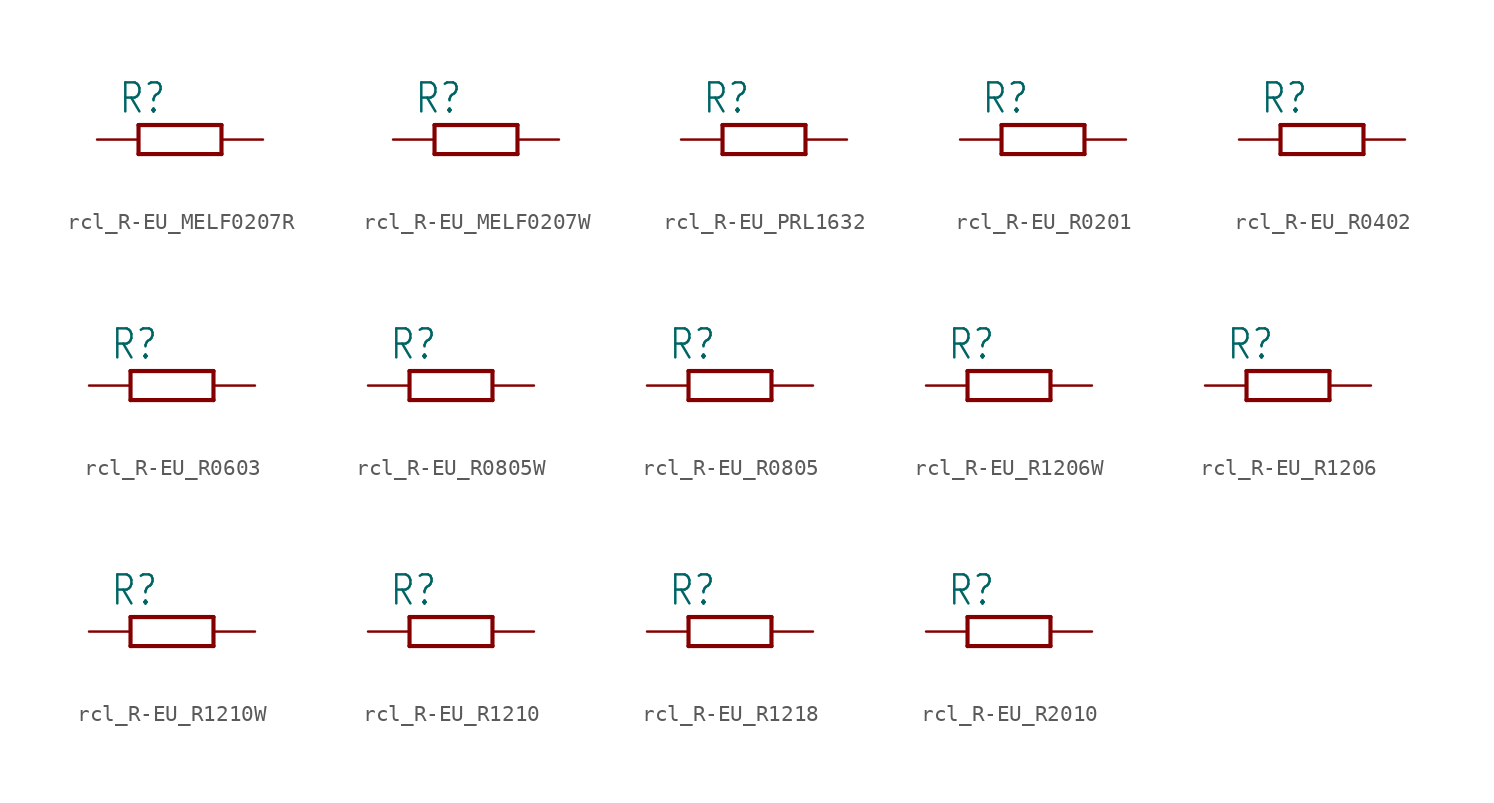
<source format=kicad_sym>
(kicad_symbol_lib
  (version 20241209)
  (generator "kicad_symbol_editor")
  (generator_version "9.0")
  (symbol "rcl_R-EU_MELF0207R"
    (property "Reference" "R"
      (at -3.81 1.499 0)
      (effects (font (size 1.778 1.511)) (justify left bottom)))
    (property "Value" ""
      (at -3.81 -3.302 0)
      (effects (font (size 1.778 1.511)) (justify left bottom)))
    (property "ki_locked" ""
      (at 0 0 0)
      (effects (font (size 1.27 1.27))))
    (symbol "rcl_R-EU_MELF0207R_1_0"
      (polyline (pts (xy -2.54 -0.889) (xy -2.54 0.889)) (stroke (width 0.254) (type solid)) (fill (type none)))
      (polyline (pts (xy -2.54 -0.889) (xy 2.54 -0.889)) (stroke (width 0.254) (type solid)) (fill (type none)))
      (polyline (pts (xy 2.54 0.889) (xy -2.54 0.889)) (stroke (width 0.254) (type solid)) (fill (type none)))
      (polyline (pts (xy 2.54 -0.889) (xy 2.54 0.889)) (stroke (width 0.254) (type solid)) (fill (type none)))
      (pin passive line (at -5.08 0 0) (length 2.54) (name "1" (effects (font (size 0 0)))) (number "1" (effects (font (size 0 0)))))
      (pin passive line (at 5.08 0 180) (length 2.54) (name "2" (effects (font (size 0 0)))) (number "2" (effects (font (size 0 0)))))))
  (symbol "rcl_R-EU_MELF0207W"
    (property "Reference" "R"
      (at -3.81 1.499 0)
      (effects (font (size 1.778 1.511)) (justify left bottom)))
    (property "Value" ""
      (at -3.81 -3.302 0)
      (effects (font (size 1.778 1.511)) (justify left bottom)))
    (property "ki_locked" ""
      (at 0 0 0)
      (effects (font (size 1.27 1.27))))
    (symbol "rcl_R-EU_MELF0207W_1_0"
      (polyline (pts (xy -2.54 -0.889) (xy -2.54 0.889)) (stroke (width 0.254) (type solid)) (fill (type none)))
      (polyline (pts (xy -2.54 -0.889) (xy 2.54 -0.889)) (stroke (width 0.254) (type solid)) (fill (type none)))
      (polyline (pts (xy 2.54 0.889) (xy -2.54 0.889)) (stroke (width 0.254) (type solid)) (fill (type none)))
      (polyline (pts (xy 2.54 -0.889) (xy 2.54 0.889)) (stroke (width 0.254) (type solid)) (fill (type none)))
      (pin passive line (at -5.08 0 0) (length 2.54) (name "1" (effects (font (size 0 0)))) (number "1" (effects (font (size 0 0)))))
      (pin passive line (at 5.08 0 180) (length 2.54) (name "2" (effects (font (size 0 0)))) (number "2" (effects (font (size 0 0)))))))
  (symbol "rcl_R-EU_PRL1632"
    (property "Reference" "R"
      (at -3.81 1.499 0)
      (effects (font (size 1.778 1.511)) (justify left bottom)))
    (property "Value" ""
      (at -3.81 -3.302 0)
      (effects (font (size 1.778 1.511)) (justify left bottom)))
    (symbol "rcl_R-EU_PRL1632_1_0"
      (polyline (pts (xy -2.54 -0.889) (xy -2.54 0.889)) (stroke (width 0.254) (type solid)) (fill (type none)))
      (polyline (pts (xy -2.54 -0.889) (xy 2.54 -0.889)) (stroke (width 0.254) (type solid)) (fill (type none)))
      (polyline (pts (xy 2.54 0.889) (xy -2.54 0.889)) (stroke (width 0.254) (type solid)) (fill (type none)))
      (polyline (pts (xy 2.54 -0.889) (xy 2.54 0.889)) (stroke (width 0.254) (type solid)) (fill (type none)))
      (pin passive line (at -5.08 0 0) (length 2.54) (name "1" (effects (font (size 0 0)))) (number "1" (effects (font (size 0 0)))))
      (pin passive line (at 5.08 0 180) (length 2.54) (name "2" (effects (font (size 0 0)))) (number "2" (effects (font (size 0 0)))))))
  (symbol "rcl_R-EU_R0201"
    (property "Reference" "R"
      (at -3.81 1.499 0)
      (effects (font (size 1.778 1.511)) (justify left bottom)))
    (property "Value" ""
      (at -3.81 -3.302 0)
      (effects (font (size 1.778 1.511)) (justify left bottom)))
    (symbol "rcl_R-EU_R0201_1_0"
      (polyline (pts (xy -2.54 -0.889) (xy -2.54 0.889)) (stroke (width 0.254) (type solid)) (fill (type none)))
      (polyline (pts (xy -2.54 -0.889) (xy 2.54 -0.889)) (stroke (width 0.254) (type solid)) (fill (type none)))
      (polyline (pts (xy 2.54 0.889) (xy -2.54 0.889)) (stroke (width 0.254) (type solid)) (fill (type none)))
      (polyline (pts (xy 2.54 -0.889) (xy 2.54 0.889)) (stroke (width 0.254) (type solid)) (fill (type none)))
      (pin passive line (at -5.08 0 0) (length 2.54) (name "1" (effects (font (size 0 0)))) (number "1" (effects (font (size 0 0)))))
      (pin passive line (at 5.08 0 180) (length 2.54) (name "2" (effects (font (size 0 0)))) (number "2" (effects (font (size 0 0)))))))
  (symbol "rcl_R-EU_R0402"
    (property "Reference" "R"
      (at -3.81 1.499 0)
      (effects (font (size 1.778 1.511)) (justify left bottom)))
    (property "Value" ""
      (at -3.81 -3.302 0)
      (effects (font (size 1.778 1.511)) (justify left bottom)))
    (symbol "rcl_R-EU_R0402_1_0"
      (polyline (pts (xy -2.54 -0.889) (xy -2.54 0.889)) (stroke (width 0.254) (type solid)) (fill (type none)))
      (polyline (pts (xy -2.54 -0.889) (xy 2.54 -0.889)) (stroke (width 0.254) (type solid)) (fill (type none)))
      (polyline (pts (xy 2.54 0.889) (xy -2.54 0.889)) (stroke (width 0.254) (type solid)) (fill (type none)))
      (polyline (pts (xy 2.54 -0.889) (xy 2.54 0.889)) (stroke (width 0.254) (type solid)) (fill (type none)))
      (pin passive line (at -5.08 0 0) (length 2.54) (name "1" (effects (font (size 0 0)))) (number "1" (effects (font (size 0 0)))))
      (pin passive line (at 5.08 0 180) (length 2.54) (name "2" (effects (font (size 0 0)))) (number "2" (effects (font (size 0 0)))))))
  (symbol "rcl_R-EU_R0603"
    (property "Reference" "R"
      (at -3.81 1.499 0)
      (effects (font (size 1.778 1.511)) (justify left bottom)))
    (property "Value" ""
      (at -3.81 -3.302 0)
      (effects (font (size 1.778 1.511)) (justify left bottom)))
    (symbol "rcl_R-EU_R0603_1_0"
      (polyline (pts (xy -2.54 -0.889) (xy -2.54 0.889)) (stroke (width 0.254) (type solid)) (fill (type none)))
      (polyline (pts (xy -2.54 -0.889) (xy 2.54 -0.889)) (stroke (width 0.254) (type solid)) (fill (type none)))
      (polyline (pts (xy 2.54 0.889) (xy -2.54 0.889)) (stroke (width 0.254) (type solid)) (fill (type none)))
      (polyline (pts (xy 2.54 -0.889) (xy 2.54 0.889)) (stroke (width 0.254) (type solid)) (fill (type none)))
      (pin passive line (at -5.08 0 0) (length 2.54) (name "1" (effects (font (size 0 0)))) (number "1" (effects (font (size 0 0)))))
      (pin passive line (at 5.08 0 180) (length 2.54) (name "2" (effects (font (size 0 0)))) (number "2" (effects (font (size 0 0)))))))
  (symbol "rcl_R-EU_R0805W"
    (property "Reference" "R"
      (at -3.81 1.499 0)
      (effects (font (size 1.778 1.511)) (justify left bottom)))
    (property "Value" ""
      (at -3.81 -3.302 0)
      (effects (font (size 1.778 1.511)) (justify left bottom)))
    (property "ki_locked" ""
      (at 0 0 0)
      (effects (font (size 1.27 1.27))))
    (symbol "rcl_R-EU_R0805W_1_0"
      (polyline (pts (xy -2.54 -0.889) (xy -2.54 0.889)) (stroke (width 0.254) (type solid)) (fill (type none)))
      (polyline (pts (xy -2.54 -0.889) (xy 2.54 -0.889)) (stroke (width 0.254) (type solid)) (fill (type none)))
      (polyline (pts (xy 2.54 0.889) (xy -2.54 0.889)) (stroke (width 0.254) (type solid)) (fill (type none)))
      (polyline (pts (xy 2.54 -0.889) (xy 2.54 0.889)) (stroke (width 0.254) (type solid)) (fill (type none)))
      (pin passive line (at -5.08 0 0) (length 2.54) (name "1" (effects (font (size 0 0)))) (number "1" (effects (font (size 0 0)))))
      (pin passive line (at 5.08 0 180) (length 2.54) (name "2" (effects (font (size 0 0)))) (number "2" (effects (font (size 0 0)))))))
  (symbol "rcl_R-EU_R0805"
    (property "Reference" "R"
      (at -3.81 1.499 0)
      (effects (font (size 1.778 1.511)) (justify left bottom)))
    (property "Value" ""
      (at -3.81 -3.302 0)
      (effects (font (size 1.778 1.511)) (justify left bottom)))
    (symbol "rcl_R-EU_R0805_1_0"
      (polyline (pts (xy -2.54 -0.889) (xy -2.54 0.889)) (stroke (width 0.254) (type solid)) (fill (type none)))
      (polyline (pts (xy -2.54 -0.889) (xy 2.54 -0.889)) (stroke (width 0.254) (type solid)) (fill (type none)))
      (polyline (pts (xy 2.54 0.889) (xy -2.54 0.889)) (stroke (width 0.254) (type solid)) (fill (type none)))
      (polyline (pts (xy 2.54 -0.889) (xy 2.54 0.889)) (stroke (width 0.254) (type solid)) (fill (type none)))
      (pin passive line (at -5.08 0 0) (length 2.54) (name "1" (effects (font (size 0 0)))) (number "1" (effects (font (size 0 0)))))
      (pin passive line (at 5.08 0 180) (length 2.54) (name "2" (effects (font (size 0 0)))) (number "2" (effects (font (size 0 0)))))))
  (symbol "rcl_R-EU_R1206W"
    (property "Reference" "R"
      (at -3.81 1.499 0)
      (effects (font (size 1.778 1.511)) (justify left bottom)))
    (property "Value" ""
      (at -3.81 -3.302 0)
      (effects (font (size 1.778 1.511)) (justify left bottom)))
    (property "ki_locked" ""
      (at 0 0 0)
      (effects (font (size 1.27 1.27))))
    (symbol "rcl_R-EU_R1206W_1_0"
      (polyline (pts (xy -2.54 -0.889) (xy -2.54 0.889)) (stroke (width 0.254) (type solid)) (fill (type none)))
      (polyline (pts (xy -2.54 -0.889) (xy 2.54 -0.889)) (stroke (width 0.254) (type solid)) (fill (type none)))
      (polyline (pts (xy 2.54 0.889) (xy -2.54 0.889)) (stroke (width 0.254) (type solid)) (fill (type none)))
      (polyline (pts (xy 2.54 -0.889) (xy 2.54 0.889)) (stroke (width 0.254) (type solid)) (fill (type none)))
      (pin passive line (at -5.08 0 0) (length 2.54) (name "1" (effects (font (size 0 0)))) (number "1" (effects (font (size 0 0)))))
      (pin passive line (at 5.08 0 180) (length 2.54) (name "2" (effects (font (size 0 0)))) (number "2" (effects (font (size 0 0)))))))
  (symbol "rcl_R-EU_R1206"
    (property "Reference" "R"
      (at -3.81 1.499 0)
      (effects (font (size 1.778 1.511)) (justify left bottom)))
    (property "Value" ""
      (at -3.81 -3.302 0)
      (effects (font (size 1.778 1.511)) (justify left bottom)))
    (symbol "rcl_R-EU_R1206_1_0"
      (polyline (pts (xy -2.54 -0.889) (xy -2.54 0.889)) (stroke (width 0.254) (type solid)) (fill (type none)))
      (polyline (pts (xy -2.54 -0.889) (xy 2.54 -0.889)) (stroke (width 0.254) (type solid)) (fill (type none)))
      (polyline (pts (xy 2.54 0.889) (xy -2.54 0.889)) (stroke (width 0.254) (type solid)) (fill (type none)))
      (polyline (pts (xy 2.54 -0.889) (xy 2.54 0.889)) (stroke (width 0.254) (type solid)) (fill (type none)))
      (pin passive line (at -5.08 0 0) (length 2.54) (name "1" (effects (font (size 0 0)))) (number "1" (effects (font (size 0 0)))))
      (pin passive line (at 5.08 0 180) (length 2.54) (name "2" (effects (font (size 0 0)))) (number "2" (effects (font (size 0 0)))))))
  (symbol "rcl_R-EU_R1210W"
    (property "Reference" "R"
      (at -3.81 1.499 0)
      (effects (font (size 1.778 1.511)) (justify left bottom)))
    (property "Value" ""
      (at -3.81 -3.302 0)
      (effects (font (size 1.778 1.511)) (justify left bottom)))
    (property "ki_locked" ""
      (at 0 0 0)
      (effects (font (size 1.27 1.27))))
    (symbol "rcl_R-EU_R1210W_1_0"
      (polyline (pts (xy -2.54 -0.889) (xy -2.54 0.889)) (stroke (width 0.254) (type solid)) (fill (type none)))
      (polyline (pts (xy -2.54 -0.889) (xy 2.54 -0.889)) (stroke (width 0.254) (type solid)) (fill (type none)))
      (polyline (pts (xy 2.54 0.889) (xy -2.54 0.889)) (stroke (width 0.254) (type solid)) (fill (type none)))
      (polyline (pts (xy 2.54 -0.889) (xy 2.54 0.889)) (stroke (width 0.254) (type solid)) (fill (type none)))
      (pin passive line (at -5.08 0 0) (length 2.54) (name "1" (effects (font (size 0 0)))) (number "1" (effects (font (size 0 0)))))
      (pin passive line (at 5.08 0 180) (length 2.54) (name "2" (effects (font (size 0 0)))) (number "2" (effects (font (size 0 0)))))))
  (symbol "rcl_R-EU_R1210"
    (property "Reference" "R"
      (at -3.81 1.499 0)
      (effects (font (size 1.778 1.511)) (justify left bottom)))
    (property "Value" ""
      (at -3.81 -3.302 0)
      (effects (font (size 1.778 1.511)) (justify left bottom)))
    (symbol "rcl_R-EU_R1210_1_0"
      (polyline (pts (xy -2.54 -0.889) (xy -2.54 0.889)) (stroke (width 0.254) (type solid)) (fill (type none)))
      (polyline (pts (xy -2.54 -0.889) (xy 2.54 -0.889)) (stroke (width 0.254) (type solid)) (fill (type none)))
      (polyline (pts (xy 2.54 0.889) (xy -2.54 0.889)) (stroke (width 0.254) (type solid)) (fill (type none)))
      (polyline (pts (xy 2.54 -0.889) (xy 2.54 0.889)) (stroke (width 0.254) (type solid)) (fill (type none)))
      (pin passive line (at -5.08 0 0) (length 2.54) (name "1" (effects (font (size 0 0)))) (number "1" (effects (font (size 0 0)))))
      (pin passive line (at 5.08 0 180) (length 2.54) (name "2" (effects (font (size 0 0)))) (number "2" (effects (font (size 0 0)))))))
  (symbol "rcl_R-EU_R1218"
    (property "Reference" "R"
      (at -3.81 1.499 0)
      (effects (font (size 1.778 1.511)) (justify left bottom)))
    (property "Value" ""
      (at -3.81 -3.302 0)
      (effects (font (size 1.778 1.511)) (justify left bottom)))
    (symbol "rcl_R-EU_R1218_1_0"
      (polyline (pts (xy -2.54 -0.889) (xy -2.54 0.889)) (stroke (width 0.254) (type solid)) (fill (type none)))
      (polyline (pts (xy -2.54 -0.889) (xy 2.54 -0.889)) (stroke (width 0.254) (type solid)) (fill (type none)))
      (polyline (pts (xy 2.54 0.889) (xy -2.54 0.889)) (stroke (width 0.254) (type solid)) (fill (type none)))
      (polyline (pts (xy 2.54 -0.889) (xy 2.54 0.889)) (stroke (width 0.254) (type solid)) (fill (type none)))
      (pin passive line (at -5.08 0 0) (length 2.54) (name "1" (effects (font (size 0 0)))) (number "1" (effects (font (size 0 0)))))
      (pin passive line (at 5.08 0 180) (length 2.54) (name "2" (effects (font (size 0 0)))) (number "2" (effects (font (size 0 0)))))))
  (symbol "rcl_R-EU_R2010"
    (property "Reference" "R"
      (at -3.81 1.499 0)
      (effects (font (size 1.778 1.511)) (justify left bottom)))
    (property "Value" ""
      (at -3.81 -3.302 0)
      (effects (font (size 1.778 1.511)) (justify left bottom)))
    (symbol "rcl_R-EU_R2010_1_0"
      (polyline (pts (xy -2.54 -0.889) (xy -2.54 0.889)) (stroke (width 0.254) (type solid)) (fill (type none)))
      (polyline (pts (xy -2.54 -0.889) (xy 2.54 -0.889)) (stroke (width 0.254) (type solid)) (fill (type none)))
      (polyline (pts (xy 2.54 0.889) (xy -2.54 0.889)) (stroke (width 0.254) (type solid)) (fill (type none)))
      (polyline (pts (xy 2.54 -0.889) (xy 2.54 0.889)) (stroke (width 0.254) (type solid)) (fill (type none)))
      (pin passive line (at -5.08 0 0) (length 2.54) (name "1" (effects (font (size 0 0)))) (number "1" (effects (font (size 0 0)))))
      (pin passive line (at 5.08 0 180) (length 2.54) (name "2" (effects (font (size 0 0)))) (number "2" (effects (font (size 0 0))))))))
</source>
